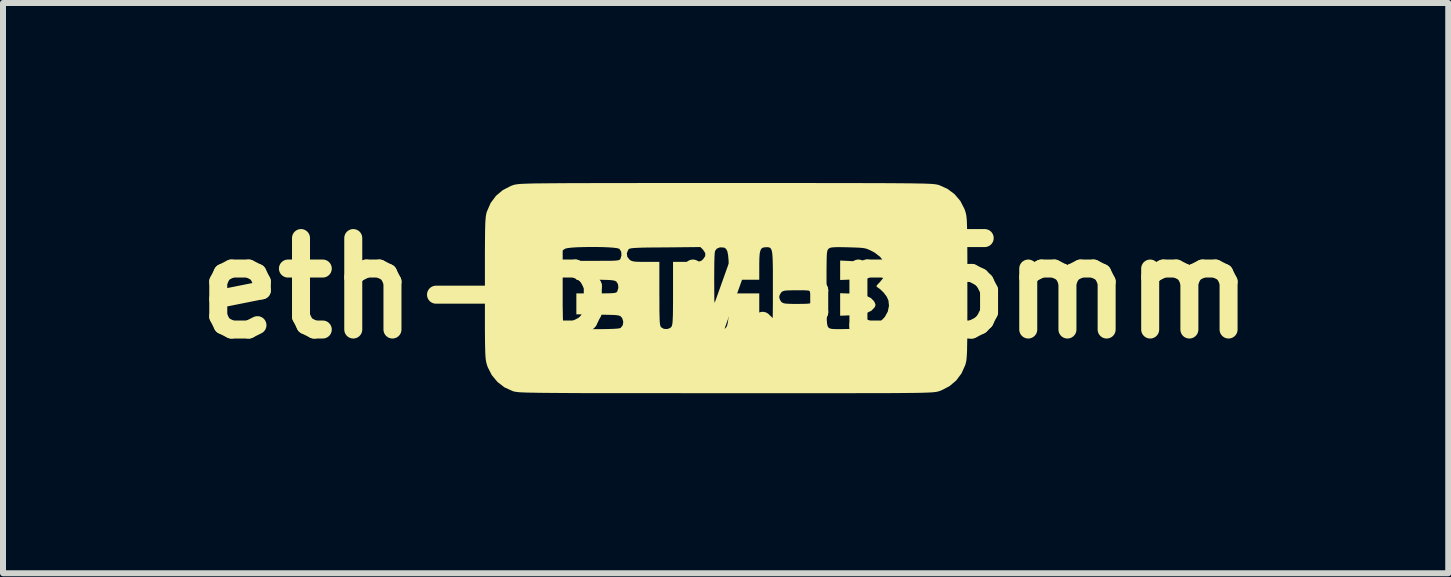
<source format=kicad_pcb>
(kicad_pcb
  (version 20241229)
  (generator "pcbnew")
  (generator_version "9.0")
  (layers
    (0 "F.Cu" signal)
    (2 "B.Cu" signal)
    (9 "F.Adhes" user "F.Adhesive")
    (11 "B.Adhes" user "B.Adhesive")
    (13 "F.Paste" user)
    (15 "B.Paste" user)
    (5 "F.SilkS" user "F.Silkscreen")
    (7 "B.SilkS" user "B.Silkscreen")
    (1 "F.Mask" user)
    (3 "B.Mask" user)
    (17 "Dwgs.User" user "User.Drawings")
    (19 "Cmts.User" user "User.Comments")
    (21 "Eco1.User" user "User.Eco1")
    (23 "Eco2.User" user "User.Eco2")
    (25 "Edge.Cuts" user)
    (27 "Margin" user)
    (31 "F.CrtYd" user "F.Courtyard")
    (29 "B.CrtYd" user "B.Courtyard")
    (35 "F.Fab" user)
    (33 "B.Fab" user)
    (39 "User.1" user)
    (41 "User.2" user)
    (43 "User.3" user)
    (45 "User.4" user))
  (footprint "eth-b_y3p5mm"
    (layer "F.Cu")
    (at 9.042 1.752)
    (property "Reference" "eth-b_y3p5mm" (at 0 0 0) (layer "F.SilkS") (effects (font (size 1.524 1.524) (thickness 0.3))))
    (attr board_only exclude_from_pos_files exclude_from_bom)
    (fp_poly (pts (xy 2.08 -0.452) (xy 2.203 -0.44) (xy 2.304 -0.418) (xy 2.38 -0.388) (xy 2.428 -0.35) (xy 2.446 -0.306) (xy 2.438 -0.272) (xy 2.396 -0.22) (xy 2.325 -0.181) (xy 2.222 -0.156) (xy 2.089 -0.143) (xy 1.909 -0.136) (xy 1.909 -0.46)) (stroke (width 0) (type solid)) (fill yes) (layer "F.SilkS"))
    (fp_poly (pts (xy 2.098 0.091) (xy 2.235 0.103) (xy 2.342 0.127) (xy 2.42 0.164) (xy 2.471 0.215) (xy 2.481 0.231) (xy 2.497 0.27) (xy 2.494 0.299) (xy 2.478 0.327) (xy 2.428 0.377) (xy 2.35 0.414) (xy 2.243 0.439) (xy 2.105 0.452) (xy 2.098 0.452) (xy 1.909 0.46) (xy 1.909 0.084)) (stroke (width 0) (type solid)) (fill yes) (layer "F.SilkS"))
    (fp_poly (pts (xy 0.417 -1.752) (xy 0.791 -1.752) (xy 1.133 -1.752) (xy 1.445 -1.752) (xy 1.728 -1.751) (xy 1.983 -1.751) (xy 2.212 -1.751) (xy 2.417 -1.75) (xy 2.598 -1.75) (xy 2.758 -1.749) (xy 2.897 -1.748) (xy 3.018 -1.747) (xy 3.122 -1.746) (xy 3.21 -1.744) (xy 3.284 -1.743) (xy 3.346 -1.741) (xy 3.396 -1.739) (xy 3.436 -1.737) (xy 3.469 -1.734) (xy 3.494 -1.731) (xy 3.515 -1.728) (xy 3.531 -1.724) (xy 3.546 -1.721) (xy 3.559 -1.717) (xy 3.697 -1.655) (xy 3.816 -1.566) (xy 3.912 -1.453) (xy 3.981 -1.319) (xy 3.994 -1.281) (xy 4.001 -1.258) (xy 4.007 -1.234) (xy 4.012 -1.206) (xy 4.016 -1.172) (xy 4.02 -1.129) (xy 4.022 -1.073) (xy 4.024 -1.004) (xy 4.026 -0.917) (xy 4.027 -0.81) (xy 4.028 -0.68) (xy 4.029 -0.525) (xy 4.029 -0.342) (xy 4.029 -0.128) (xy 4.029 0) (xy 4.029 0.232) (xy 4.029 0.431) (xy 4.028 0.601) (xy 4.028 0.744) (xy 4.027 0.862) (xy 4.025 0.96) (xy 4.024 1.038) (xy 4.021 1.101) (xy 4.018 1.15) (xy 4.014 1.189) (xy 4.01 1.22) (xy 4.004 1.245) (xy 3.998 1.269) (xy 3.994 1.281) (xy 3.932 1.42) (xy 3.843 1.539) (xy 3.73 1.634) (xy 3.597 1.703) (xy 3.559 1.717) (xy 3.545 1.721) (xy 3.53 1.725) (xy 3.514 1.728) (xy 3.493 1.731) (xy 3.467 1.734) (xy 3.434 1.737) (xy 3.393 1.739) (xy 3.343 1.741) (xy 3.281 1.743) (xy 3.206 1.745) (xy 3.117 1.746) (xy 3.012 1.747) (xy 2.891 1.748) (xy 2.75 1.749) (xy 2.589 1.75) (xy 2.407 1.75) (xy 2.201 1.75) (xy 1.971 1.751) (xy 1.715 1.751) (xy 1.431 1.751) (xy 1.117 1.751) (xy 0.774 1.751) (xy 0.398 1.751) (xy 0.003 1.751) (xy -0.406 1.751) (xy -0.781 1.75) (xy -1.124 1.75) (xy -1.436 1.75) (xy -1.719 1.75) (xy -1.975 1.75) (xy -2.204 1.749) (xy -2.409 1.749) (xy -2.591 1.748) (xy -2.751 1.747) (xy -2.891 1.746) (xy -3.012 1.745) (xy -3.116 1.744) (xy -3.205 1.742) (xy -3.279 1.741) (xy -3.34 1.739) (xy -3.39 1.737) (xy -3.431 1.735) (xy -3.463 1.732) (xy -3.488 1.729) (xy -3.508 1.726) (xy -3.524 1.722) (xy -3.538 1.719) (xy -3.547 1.716) (xy -3.684 1.654) (xy -3.801 1.564) (xy -3.896 1.45) (xy -3.964 1.317) (xy -3.976 1.281) (xy -3.983 1.258) (xy -3.989 1.234) (xy -3.994 1.206) (xy -3.999 1.172) (xy -4.002 1.129) (xy -4.005 1.073) (xy -4.007 1.004) (xy -4.009 0.917) (xy -4.01 0.81) (xy -4.011 0.68) (xy -4.011 0.525) (xy -4.011 0.342) (xy -4.011 0.128) (xy -4.011 0) (xy -4.011 -0.005) (xy -2.715 -0.005) (xy -2.715 0.161) (xy -2.715 0.296) (xy -2.713 0.403) (xy -2.712 0.485) (xy -2.709 0.546) (xy -2.705 0.589) (xy -2.701 0.619) (xy -2.695 0.638) (xy -2.687 0.65) (xy -2.686 0.651) (xy -2.675 0.661) (xy -2.658 0.669) (xy -2.632 0.674) (xy -2.591 0.678) (xy -2.533 0.681) (xy -2.451 0.682) (xy -2.343 0.683) (xy -2.217 0.683) (xy -2.068 0.683) (xy -1.951 0.681) (xy -1.863 0.678) (xy -1.802 0.674) (xy -1.764 0.668) (xy -1.747 0.661) (xy -1.714 0.618) (xy -1.705 0.561) (xy -1.721 0.505) (xy -1.731 0.49) (xy -1.744 0.475) (xy -1.758 0.464) (xy -1.779 0.457) (xy -1.811 0.451) (xy -1.859 0.447) (xy -1.929 0.445) (xy -2.024 0.443) (xy -2.127 0.441) (xy -2.487 0.436) (xy -2.487 0.088) (xy -2.155 0.088) (xy -2.039 0.087) (xy -1.953 0.086) (xy -1.893 0.084) (xy -1.852 0.08) (xy -1.828 0.074) (xy -1.814 0.066) (xy -1.805 0.054) (xy -1.805 0.054) (xy -1.787 -0.006) (xy -1.793 -0.064) (xy -1.819 -0.108) (xy -1.826 -0.113) (xy -1.846 -0.123) (xy -1.878 -0.13) (xy -1.927 -0.135) (xy -1.996 -0.138) (xy -2.093 -0.14) (xy -2.176 -0.14) (xy -2.487 -0.14) (xy -2.487 -0.455) (xy -2.129 -0.455) (xy -2.008 -0.456) (xy -1.917 -0.456) (xy -1.852 -0.458) (xy -1.808 -0.462) (xy -1.78 -0.467) (xy -1.764 -0.475) (xy -1.755 -0.485) (xy -1.752 -0.489) (xy -1.735 -0.549) (xy -1.738 -0.582) (xy -1.646 -0.582) (xy -1.638 -0.523) (xy -1.6 -0.474) (xy -1.578 -0.459) (xy -1.551 -0.449) (xy -1.512 -0.442) (xy -1.456 -0.439) (xy -1.374 -0.438) (xy -1.329 -0.438) (xy -1.104 -0.438) (xy -1.104 0.091) (xy -1.103 0.243) (xy -1.103 0.363) (xy -1.101 0.457) (xy -1.099 0.527) (xy -1.096 0.577) (xy -1.091 0.611) (xy -1.085 0.634) (xy -1.077 0.648) (xy -1.075 0.651) (xy -1.03 0.678) (xy -0.975 0.682) (xy -0.925 0.665) (xy -0.903 0.644) (xy -0.895 0.628) (xy -0.889 0.604) (xy -0.884 0.567) (xy -0.881 0.513) (xy -0.878 0.44) (xy -0.877 0.342) (xy -0.876 0.216) (xy -0.876 0.084) (xy -0.876 -0.162) (xy -0.19 -0.162) (xy -0.189 0.008) (xy -0.189 0.031) (xy -0.188 0.192) (xy -0.186 0.322) (xy -0.184 0.424) (xy -0.182 0.502) (xy -0.179 0.56) (xy -0.175 0.6) (xy -0.17 0.626) (xy -0.164 0.643) (xy -0.156 0.653) (xy -0.15 0.658) (xy -0.1 0.679) (xy -0.044 0.681) (xy -0.004 0.669) (xy 0.019 0.64) (xy 0.035 0.587) (xy 0.046 0.505) (xy 0.052 0.393) (xy 0.053 0.311) (xy 0.053 0.088) (xy 0.561 0.088) (xy 0.561 0.346) (xy 0.561 0.454) (xy 0.564 0.532) (xy 0.569 0.586) (xy 0.577 0.621) (xy 0.588 0.644) (xy 0.628 0.675) (xy 0.682 0.683) (xy 0.736 0.668) (xy 0.756 0.654) (xy 0.765 0.645) (xy 0.772 0.63) (xy 0.777 0.608) (xy 0.781 0.574) (xy 0.784 0.525) (xy 0.786 0.456) (xy 0.787 0.366) (xy 0.788 0.25) (xy 0.788 0.149) (xy 0.893 0.149) (xy 0.906 0.194) (xy 0.928 0.228) (xy 0.946 0.242) (xy 0.97 0.252) (xy 1.005 0.258) (xy 1.059 0.261) (xy 1.139 0.263) (xy 1.191 0.263) (xy 1.286 0.262) (xy 1.352 0.26) (xy 1.397 0.256) (xy 1.425 0.248) (xy 1.445 0.236) (xy 1.454 0.228) (xy 1.48 0.186) (xy 1.489 0.149) (xy 1.477 0.104) (xy 1.454 0.07) (xy 1.436 0.056) (xy 1.413 0.046) (xy 1.377 0.04) (xy 1.323 0.036) (xy 1.244 0.035) (xy 1.191 0.035) (xy 1.096 0.036) (xy 1.03 0.038) (xy 0.986 0.042) (xy 0.957 0.05) (xy 0.937 0.062) (xy 0.928 0.07) (xy 0.902 0.112) (xy 0.893 0.149) (xy 0.788 0.149) (xy 0.788 0.104) (xy 0.788 0.003) (xy 0.788 -0.003) (xy 1.682 -0.003) (xy 1.682 0.162) (xy 1.682 0.296) (xy 1.683 0.402) (xy 1.685 0.484) (xy 1.687 0.544) (xy 1.691 0.588) (xy 1.696 0.617) (xy 1.702 0.637) (xy 1.709 0.649) (xy 1.712 0.653) (xy 1.725 0.665) (xy 1.743 0.673) (xy 1.771 0.679) (xy 1.814 0.682) (xy 1.878 0.683) (xy 1.967 0.682) (xy 2.058 0.68) (xy 2.171 0.678) (xy 2.256 0.675) (xy 2.318 0.671) (xy 2.364 0.665) (xy 2.401 0.656) (xy 2.435 0.644) (xy 2.472 0.626) (xy 2.474 0.625) (xy 2.576 0.561) (xy 2.653 0.481) (xy 2.703 0.39) (xy 2.723 0.294) (xy 2.714 0.206) (xy 2.685 0.142) (xy 2.635 0.075) (xy 2.575 0.017) (xy 2.533 -0.013) (xy 2.516 -0.025) (xy 2.516 -0.04) (xy 2.536 -0.065) (xy 2.57 -0.099) (xy 2.636 -0.181) (xy 2.668 -0.268) (xy 2.668 -0.356) (xy 2.637 -0.442) (xy 2.576 -0.521) (xy 2.486 -0.591) (xy 2.44 -0.616) (xy 2.395 -0.638) (xy 2.357 -0.654) (xy 2.319 -0.664) (xy 2.274 -0.671) (xy 2.214 -0.675) (xy 2.133 -0.678) (xy 2.036 -0.681) (xy 1.928 -0.683) (xy 1.849 -0.683) (xy 1.794 -0.681) (xy 1.758 -0.676) (xy 1.734 -0.669) (xy 1.717 -0.657) (xy 1.716 -0.656) (xy 1.707 -0.646) (xy 1.699 -0.633) (xy 1.694 -0.613) (xy 1.689 -0.582) (xy 1.686 -0.537) (xy 1.684 -0.474) (xy 1.683 -0.389) (xy 1.682 -0.28) (xy 1.682 -0.142) (xy 1.682 -0.003) (xy 0.788 -0.003) (xy 0.788 -0.17) (xy 0.788 -0.311) (xy 0.786 -0.424) (xy 0.783 -0.511) (xy 0.778 -0.576) (xy 0.77 -0.622) (xy 0.758 -0.653) (xy 0.743 -0.671) (xy 0.724 -0.68) (xy 0.7 -0.683) (xy 0.673 -0.683) (xy 0.632 -0.679) (xy 0.602 -0.664) (xy 0.582 -0.633) (xy 0.569 -0.582) (xy 0.563 -0.507) (xy 0.561 -0.402) (xy 0.561 -0.373) (xy 0.561 -0.14) (xy 0.053 -0.14) (xy 0.052 -0.337) (xy 0.05 -0.459) (xy 0.042 -0.55) (xy 0.029 -0.614) (xy 0.008 -0.654) (xy -0.02 -0.674) (xy -0.027 -0.676) (xy -0.093 -0.68) (xy -0.146 -0.659) (xy -0.176 -0.619) (xy -0.181 -0.587) (xy -0.185 -0.524) (xy -0.188 -0.43) (xy -0.189 -0.309) (xy -0.19 -0.162) (xy -0.876 -0.162) (xy -0.876 -0.438) (xy -0.647 -0.438) (xy -0.554 -0.438) (xy -0.488 -0.44) (xy -0.444 -0.444) (xy -0.415 -0.452) (xy -0.395 -0.464) (xy -0.376 -0.481) (xy -0.34 -0.533) (xy -0.339 -0.584) (xy -0.373 -0.637) (xy -0.376 -0.641) (xy -0.42 -0.685) (xy -1.009 -0.679) (xy -1.168 -0.678) (xy -1.296 -0.677) (xy -1.396 -0.675) (xy -1.472 -0.672) (xy -1.528 -0.669) (xy -1.566 -0.665) (xy -1.592 -0.66) (xy -1.608 -0.654) (xy -1.618 -0.645) (xy -1.622 -0.64) (xy -1.646 -0.582) (xy -1.738 -0.582) (xy -1.74 -0.607) (xy -1.767 -0.651) (xy -1.773 -0.656) (xy -1.805 -0.666) (xy -1.866 -0.674) (xy -1.949 -0.68) (xy -2.048 -0.684) (xy -2.158 -0.686) (xy -2.271 -0.686) (xy -2.381 -0.684) (xy -2.483 -0.681) (xy -2.57 -0.675) (xy -2.635 -0.667) (xy -2.673 -0.658) (xy -2.676 -0.656) (xy -2.715 -0.629) (xy -2.715 -0.005) (xy -4.011 -0.005) (xy -4.011 -0.232) (xy -4.011 -0.431) (xy -4.011 -0.601) (xy -4.01 -0.744) (xy -4.009 -0.862) (xy -4.008 -0.96) (xy -4.006 -1.038) (xy -4.004 -1.101) (xy -4 -1.15) (xy -3.997 -1.189) (xy -3.992 -1.22) (xy -3.987 -1.245) (xy -3.98 -1.269) (xy -3.976 -1.281) (xy -3.915 -1.42) (xy -3.826 -1.539) (xy -3.713 -1.634) (xy -3.579 -1.703) (xy -3.541 -1.717) (xy -3.527 -1.721) (xy -3.513 -1.725) (xy -3.496 -1.728) (xy -3.475 -1.731) (xy -3.449 -1.734) (xy -3.416 -1.737) (xy -3.375 -1.739) (xy -3.325 -1.741) (xy -3.262 -1.743) (xy -3.187 -1.745) (xy -3.098 -1.746) (xy -2.993 -1.747) (xy -2.871 -1.748) (xy -2.73 -1.749) (xy -2.569 -1.75) (xy -2.386 -1.75) (xy -2.18 -1.751) (xy -1.95 -1.751) (xy -1.693 -1.751) (xy -1.408 -1.752) (xy -1.094 -1.752) (xy -0.75 -1.752) (xy -0.373 -1.752) (xy 0.009 -1.752)) (stroke (width 0) (type solid)) (fill yes) (layer "F.SilkS")))
  (gr_rect
    (start -3 -3)
    (end 21.085 6.503)
    (stroke (width 0.1) (type default))
    (fill no)
    (layer "Edge.Cuts")))
</source>
